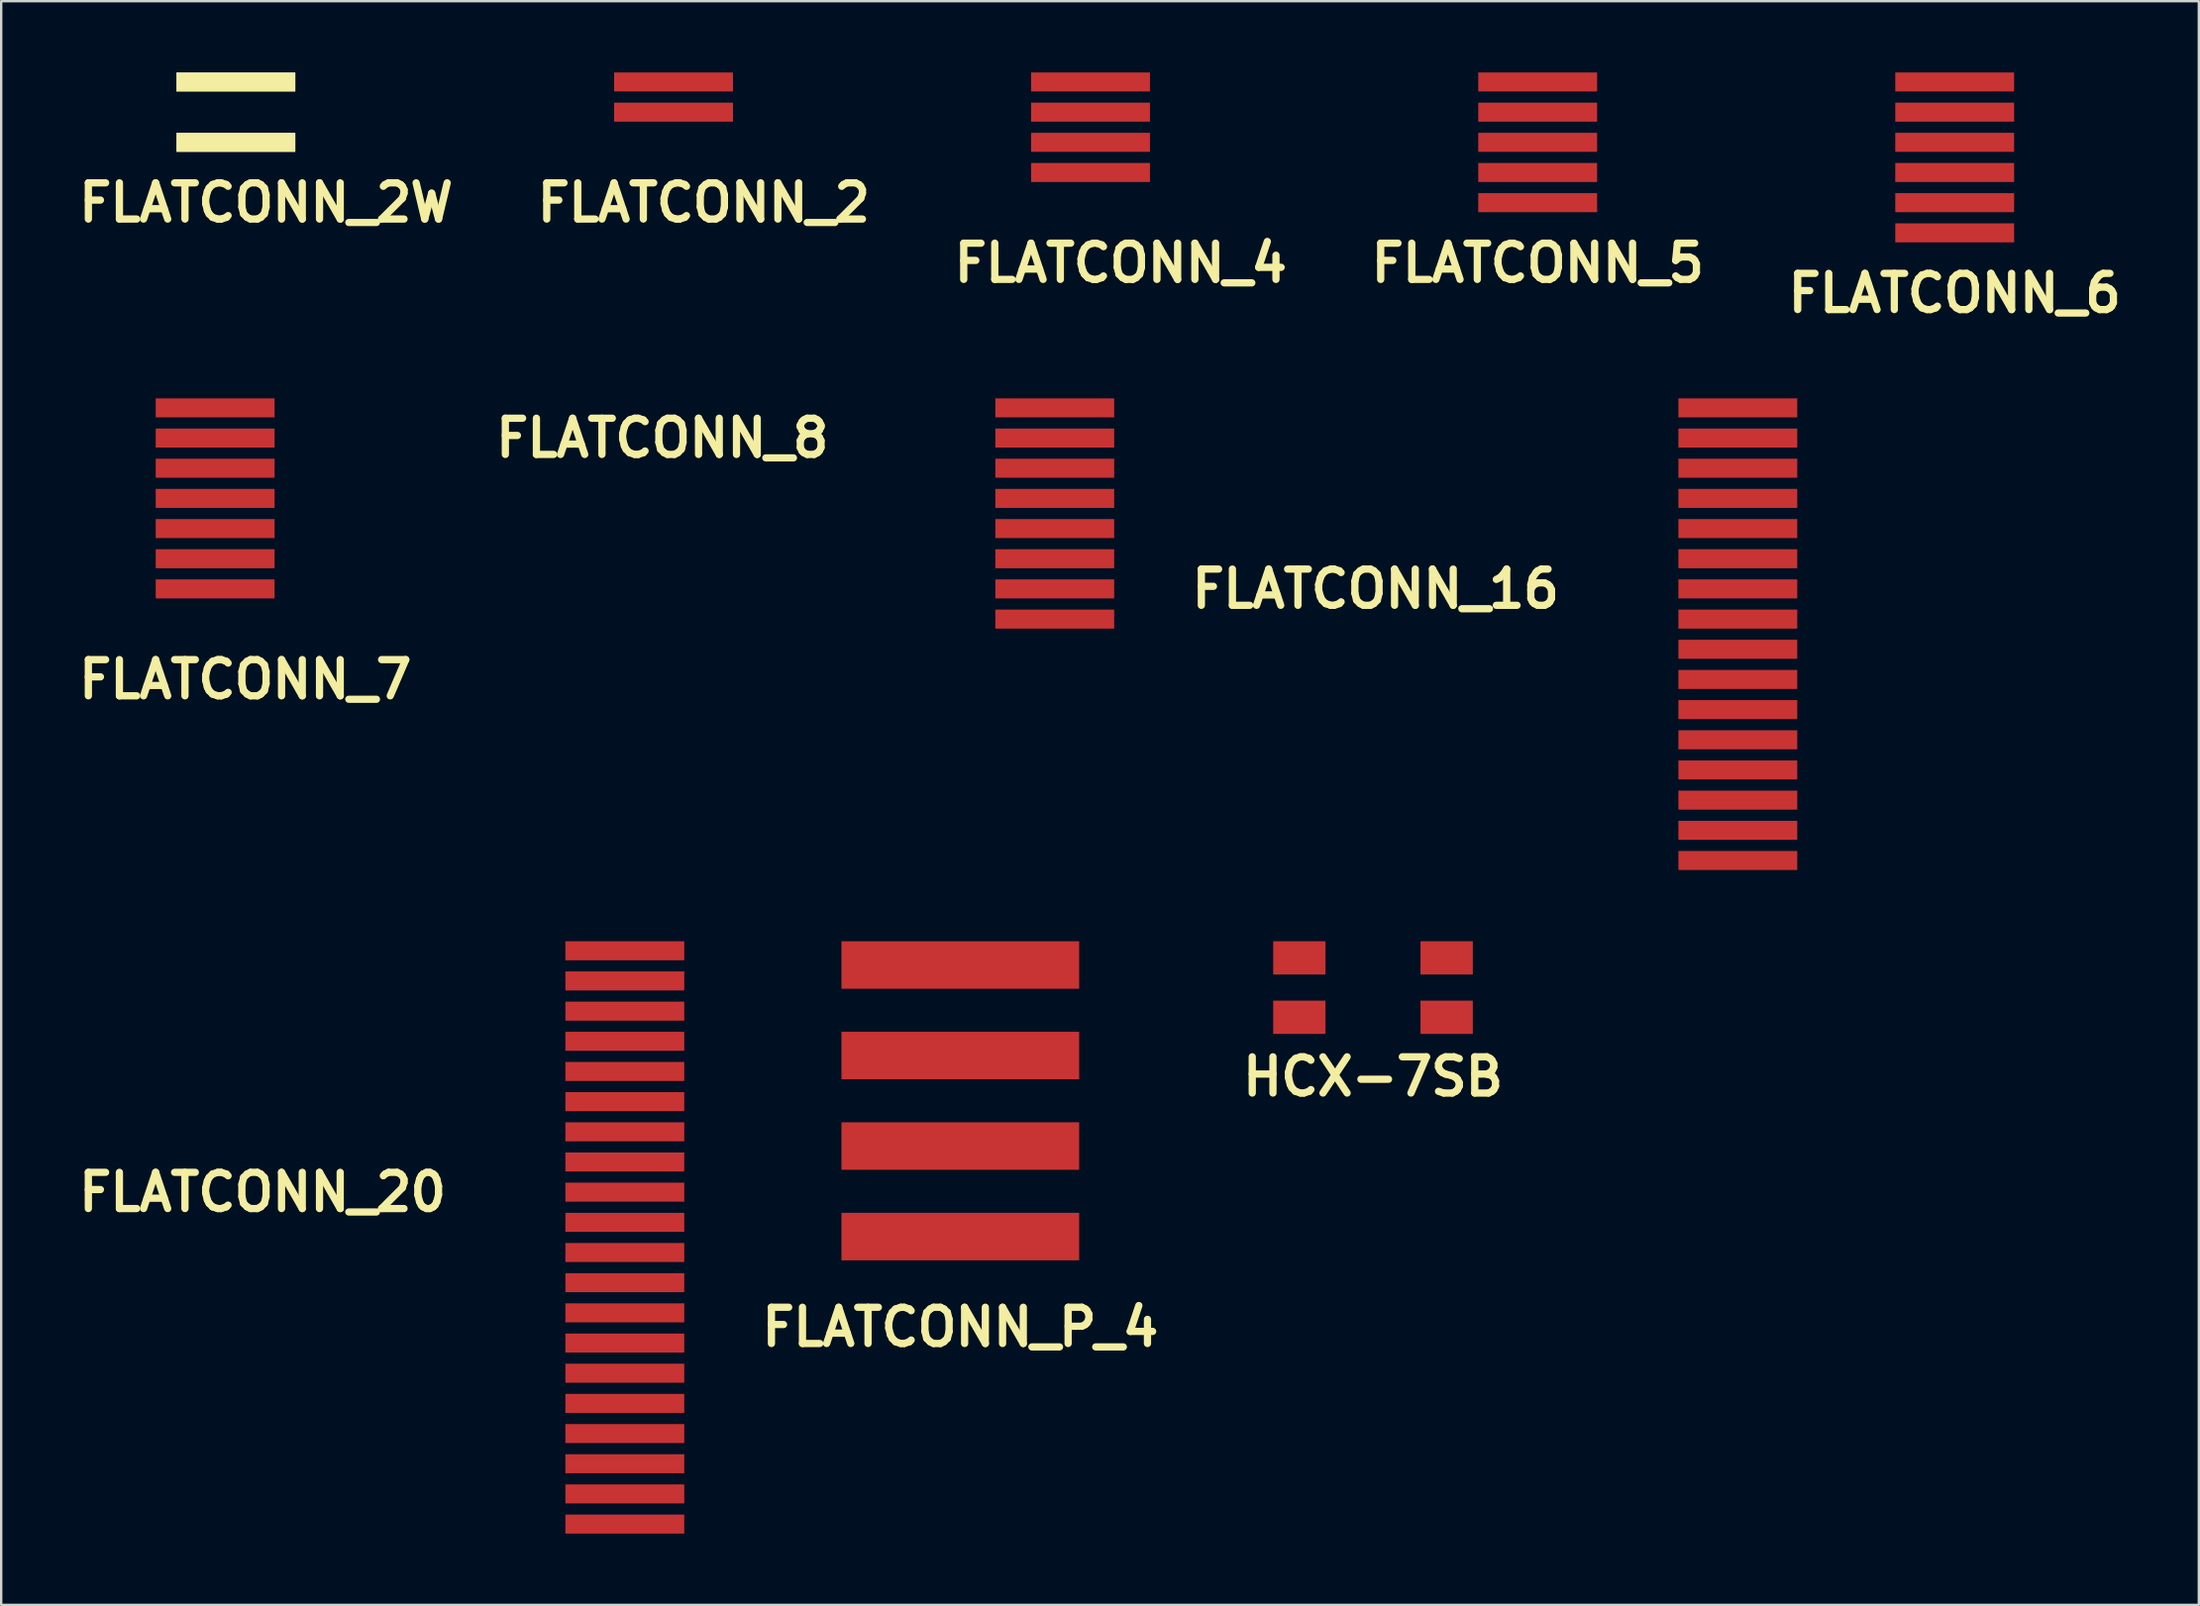
<source format=kicad_pcb>
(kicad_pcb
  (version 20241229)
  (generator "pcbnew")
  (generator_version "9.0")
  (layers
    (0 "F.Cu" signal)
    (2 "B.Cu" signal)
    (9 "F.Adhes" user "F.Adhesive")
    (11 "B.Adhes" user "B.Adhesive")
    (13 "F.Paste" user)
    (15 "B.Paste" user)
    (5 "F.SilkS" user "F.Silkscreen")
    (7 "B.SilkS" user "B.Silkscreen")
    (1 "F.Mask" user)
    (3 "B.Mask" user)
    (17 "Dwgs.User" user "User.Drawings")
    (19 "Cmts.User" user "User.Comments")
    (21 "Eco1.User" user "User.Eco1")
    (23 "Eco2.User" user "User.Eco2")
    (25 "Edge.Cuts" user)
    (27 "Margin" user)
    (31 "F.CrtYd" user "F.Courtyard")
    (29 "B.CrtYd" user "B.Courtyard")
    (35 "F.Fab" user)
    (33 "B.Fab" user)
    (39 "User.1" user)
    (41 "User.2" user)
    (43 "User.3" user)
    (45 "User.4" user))
  (footprint "FLATCONN_20"
    (layer "F.Cu")
    (at 23.237 48.397)
    (property "Reference" "FLATCONN_20" (at -15.24 -1.27 0) (layer "F.SilkS") (effects (font (size 1.524 1.524) (thickness 0.305))))
    (attr through_hole)
    (pad "1" smd rect (at 0 -11.43) (size 5.001 0.8) (layers "F.Cu" "F.Mask" "F.Paste"))
    (pad "2" smd rect (at 0 -10.16) (size 5.001 0.8) (layers "F.Cu" "F.Mask" "F.Paste"))
    (pad "3" smd rect (at 0 -8.89) (size 5.001 0.8) (layers "F.Cu" "F.Mask" "F.Paste"))
    (pad "4" smd rect (at 0 -7.62) (size 5.001 0.8) (layers "F.Cu" "F.Mask" "F.Paste"))
    (pad "5" smd rect (at 0 -6.35) (size 5.001 0.8) (layers "F.Cu" "F.Mask" "F.Paste"))
    (pad "6" smd rect (at 0 -5.08) (size 5.001 0.8) (layers "F.Cu" "F.Mask" "F.Paste"))
    (pad "7" smd rect (at 0 -3.81) (size 5.001 0.8) (layers "F.Cu" "F.Mask" "F.Paste"))
    (pad "8" smd rect (at 0 -2.54) (size 5.001 0.8) (layers "F.Cu" "F.Mask" "F.Paste"))
    (pad "9" smd rect (at 0 -1.27) (size 5.001 0.8) (layers "F.Cu" "F.Mask" "F.Paste"))
    (pad "10" smd rect (at 0 0) (size 5.001 0.8) (layers "F.Cu" "F.Mask" "F.Paste"))
    (pad "11" smd rect (at 0 1.27) (size 5.001 0.8) (layers "F.Cu" "F.Mask" "F.Paste"))
    (pad "12" smd rect (at 0 2.54) (size 5.001 0.8) (layers "F.Cu" "F.Mask" "F.Paste"))
    (pad "13" smd rect (at 0 3.81) (size 5.001 0.8) (layers "F.Cu" "F.Mask" "F.Paste"))
    (pad "14" smd rect (at 0 5.08) (size 5.001 0.8) (layers "F.Cu" "F.Mask" "F.Paste"))
    (pad "15" smd rect (at 0 6.35) (size 5.001 0.8) (layers "F.Cu" "F.Mask" "F.Paste"))
    (pad "16" smd rect (at 0 7.62) (size 5.001 0.8) (layers "F.Cu" "F.Mask" "F.Paste"))
    (pad "17" smd rect (at 0 8.89) (size 5.001 0.8) (layers "F.Cu" "F.Mask" "F.Paste"))
    (pad "18" smd rect (at 0 10.16) (size 5.001 0.8) (layers "F.Cu" "F.Mask" "F.Paste"))
    (pad "19" smd rect (at 0 11.43) (size 5.001 0.8) (layers "F.Cu" "F.Mask" "F.Paste"))
    (pad "20" smd rect (at 0 12.7) (size 5.001 0.8) (layers "F.Cu" "F.Mask" "F.Paste")))
  (footprint "HCX-7SB"
    (layer "F.Cu")
    (at 54.714 38.516)
    (property "Reference" "HCX-7SB" (at 0 3.749 0) (layer "F.SilkS") (effects (font (size 1.524 1.524) (thickness 0.305))))
    (attr through_hole)
    (pad "1" smd rect (at -3.099 1.25) (size 2.2 1.4) (layers "F.Cu" "F.Mask" "F.Paste"))
    (pad "2" smd rect (at 3.099 1.25) (size 2.2 1.4) (layers "F.Cu" "F.Mask" "F.Paste"))
    (pad "3" smd rect (at 3.099 -1.25) (size 2.2 1.4) (layers "F.Cu" "F.Mask" "F.Paste"))
    (pad "4" smd rect (at -3.099 -1.25) (size 2.2 1.4) (layers "F.Cu" "F.Mask" "F.Paste")))
  (footprint "FLATCONN_6"
    (layer "F.Cu")
    (at 79.187 4.21)
    (property "Reference" "FLATCONN_6" (at 0 5.08 0) (layer "F.SilkS") (effects (font (size 1.524 1.524) (thickness 0.305))))
    (attr through_hole)
    (pad "1" smd rect (at 0 -3.81) (size 5.001 0.8) (layers "F.Cu" "F.Mask" "F.Paste"))
    (pad "2" smd rect (at 0 -2.54) (size 5.001 0.8) (layers "F.Cu" "F.Mask" "F.Paste"))
    (pad "3" smd rect (at 0 -1.27) (size 5.001 0.8) (layers "F.Cu" "F.Mask" "F.Paste"))
    (pad "4" smd rect (at 0 0) (size 5.001 0.8) (layers "F.Cu" "F.Mask" "F.Paste"))
    (pad "5" smd rect (at 0 1.27) (size 5.001 0.8) (layers "F.Cu" "F.Mask" "F.Paste"))
    (pad "6" smd rect (at 0 2.54) (size 5.001 0.8) (layers "F.Cu" "F.Mask" "F.Paste")))
  (footprint "FLATCONN_7"
    (layer "F.Cu")
    (at 6.002 21.737)
    (property "Reference" "FLATCONN_7" (at 1.27 3.81 0) (layer "F.SilkS") (effects (font (size 1.524 1.524) (thickness 0.305))))
    (attr through_hole)
    (pad "1" smd rect (at 0 -7.62) (size 5.001 0.8) (layers "F.Cu" "F.Mask" "F.Paste"))
    (pad "2" smd rect (at 0 -6.35) (size 5.001 0.8) (layers "F.Cu" "F.Mask" "F.Paste"))
    (pad "3" smd rect (at 0 -5.08) (size 5.001 0.8) (layers "F.Cu" "F.Mask" "F.Paste"))
    (pad "4" smd rect (at 0 -3.81) (size 5.001 0.8) (layers "F.Cu" "F.Mask" "F.Paste"))
    (pad "5" smd rect (at 0 -2.54) (size 5.001 0.8) (layers "F.Cu" "F.Mask" "F.Paste"))
    (pad "6" smd rect (at 0 -1.27) (size 5.001 0.8) (layers "F.Cu" "F.Mask" "F.Paste"))
    (pad "7" smd rect (at 0 0) (size 5.001 0.8) (layers "F.Cu" "F.Mask" "F.Paste")))
  (footprint "FLATCONN_2W"
    (layer "F.Cu")
    (at 6.873 1.67)
    (property "Reference" "FLATCONN_2W" (at 1.27 3.81 0) (layer "F.SilkS") (effects (font (size 1.524 1.524) (thickness 0.305))))
    (attr through_hole)
    (pad "1" thru_hole rect (at 0 -1.27) (size 5.001 0.8) (drill 0.000001) (layers "*.Cu" "*.Mask" "F.SilkS"))
    (pad "2" thru_hole rect (at 0 1.27) (size 5.001 0.8) (drill 0.000001) (layers "*.Cu" "*.Mask" "F.SilkS")))
  (footprint "FLATCONN_5"
    (layer "F.Cu")
    (at 61.643 4.21)
    (property "Reference" "FLATCONN_5" (at 0 3.81 0) (layer "F.SilkS") (effects (font (size 1.524 1.524) (thickness 0.305))))
    (attr through_hole)
    (pad "1" smd rect (at 0 -3.81) (size 5.001 0.8) (layers "F.Cu" "F.Mask" "F.Paste"))
    (pad "2" smd rect (at 0 -2.54) (size 5.001 0.8) (layers "F.Cu" "F.Mask" "F.Paste"))
    (pad "3" smd rect (at 0 -1.27) (size 5.001 0.8) (layers "F.Cu" "F.Mask" "F.Paste"))
    (pad "4" smd rect (at 0 0) (size 5.001 0.8) (layers "F.Cu" "F.Mask" "F.Paste"))
    (pad "5" smd rect (at 0 1.27) (size 5.001 0.8) (layers "F.Cu" "F.Mask" "F.Paste")))
  (footprint "FLATCONN_16"
    (layer "F.Cu")
    (at 70.063 23.007)
    (property "Reference" "FLATCONN_16" (at -15.24 -1.27 0) (layer "F.SilkS") (effects (font (size 1.524 1.524) (thickness 0.305))))
    (attr through_hole)
    (pad "1" smd rect (at 0 -8.89) (size 5.001 0.8) (layers "F.Cu" "F.Mask" "F.Paste"))
    (pad "2" smd rect (at 0 -7.62) (size 5.001 0.8) (layers "F.Cu" "F.Mask" "F.Paste"))
    (pad "3" smd rect (at 0 -6.35) (size 5.001 0.8) (layers "F.Cu" "F.Mask" "F.Paste"))
    (pad "4" smd rect (at 0 -5.08) (size 5.001 0.8) (layers "F.Cu" "F.Mask" "F.Paste"))
    (pad "5" smd rect (at 0 -3.81) (size 5.001 0.8) (layers "F.Cu" "F.Mask" "F.Paste"))
    (pad "6" smd rect (at 0 -2.54) (size 5.001 0.8) (layers "F.Cu" "F.Mask" "F.Paste"))
    (pad "7" smd rect (at 0 -1.27) (size 5.001 0.8) (layers "F.Cu" "F.Mask" "F.Paste"))
    (pad "8" smd rect (at 0 0) (size 5.001 0.8) (layers "F.Cu" "F.Mask" "F.Paste"))
    (pad "9" smd rect (at 0 1.27) (size 5.001 0.8) (layers "F.Cu" "F.Mask" "F.Paste"))
    (pad "10" smd rect (at 0 2.54) (size 5.001 0.8) (layers "F.Cu" "F.Mask" "F.Paste"))
    (pad "11" smd rect (at 0 3.81) (size 5.001 0.8) (layers "F.Cu" "F.Mask" "F.Paste"))
    (pad "12" smd rect (at 0 5.08) (size 5.001 0.8) (layers "F.Cu" "F.Mask" "F.Paste"))
    (pad "13" smd rect (at 0 6.35) (size 5.001 0.8) (layers "F.Cu" "F.Mask" "F.Paste"))
    (pad "14" smd rect (at 0 7.62) (size 5.001 0.8) (layers "F.Cu" "F.Mask" "F.Paste"))
    (pad "15" smd rect (at 0 8.89) (size 5.001 0.8) (layers "F.Cu" "F.Mask" "F.Paste"))
    (pad "16" smd rect (at 0 10.16) (size 5.001 0.8) (layers "F.Cu" "F.Mask" "F.Paste")))
  (footprint "FLATCONN_2"
    (layer "F.Cu")
    (at 25.287 1.67)
    (property "Reference" "FLATCONN_2" (at 1.27 3.81 0) (layer "F.SilkS") (effects (font (size 1.524 1.524) (thickness 0.305))))
    (attr through_hole)
    (pad "1" smd rect (at 0 -1.27) (size 5.001 0.8) (layers "F.Cu" "F.Mask" "F.Paste"))
    (pad "2" smd rect (at 0 0) (size 5.001 0.8) (layers "F.Cu" "F.Mask" "F.Paste")))
  (footprint "FLATCONN_4"
    (layer "F.Cu")
    (at 42.83 4.21)
    (property "Reference" "FLATCONN_4" (at 1.27 3.81 0) (layer "F.SilkS") (effects (font (size 1.524 1.524) (thickness 0.305))))
    (attr through_hole)
    (pad "1" smd rect (at 0 -3.81) (size 5.001 0.8) (layers "F.Cu" "F.Mask" "F.Paste"))
    (pad "2" smd rect (at 0 -2.54) (size 5.001 0.8) (layers "F.Cu" "F.Mask" "F.Paste"))
    (pad "3" smd rect (at 0 -1.27) (size 5.001 0.8) (layers "F.Cu" "F.Mask" "F.Paste"))
    (pad "4" smd rect (at 0 0) (size 5.001 0.8) (layers "F.Cu" "F.Mask" "F.Paste")))
  (footprint "FLATCONN_8"
    (layer "F.Cu")
    (at 41.325 23.007)
    (property "Reference" "FLATCONN_8" (at -16.51 -7.62 0) (layer "F.SilkS") (effects (font (size 1.524 1.524) (thickness 0.305))))
    (attr through_hole)
    (pad "1" smd rect (at 0 -8.89) (size 5.001 0.8) (layers "F.Cu" "F.Mask" "F.Paste"))
    (pad "2" smd rect (at 0 -7.62) (size 5.001 0.8) (layers "F.Cu" "F.Mask" "F.Paste"))
    (pad "3" smd rect (at 0 -6.35) (size 5.001 0.8) (layers "F.Cu" "F.Mask" "F.Paste"))
    (pad "4" smd rect (at 0 -5.08) (size 5.001 0.8) (layers "F.Cu" "F.Mask" "F.Paste"))
    (pad "5" smd rect (at 0 -3.81) (size 5.001 0.8) (layers "F.Cu" "F.Mask" "F.Paste"))
    (pad "6" smd rect (at 0 -2.54) (size 5.001 0.8) (layers "F.Cu" "F.Mask" "F.Paste"))
    (pad "7" smd rect (at 0 -1.27) (size 5.001 0.8) (layers "F.Cu" "F.Mask" "F.Paste"))
    (pad "8" smd rect (at 0 0) (size 5.001 0.8) (layers "F.Cu" "F.Mask" "F.Paste")))
  (footprint "FLATCONN_P_4"
    (layer "F.Cu")
    (at 37.352 51.536)
    (property "Reference" "FLATCONN_P_4" (at 0 1.27 0) (layer "F.SilkS") (effects (font (size 1.524 1.524) (thickness 0.305))))
    (attr through_hole)
    (pad "1" smd rect (at 0 -13.97) (size 10 1.999) (layers "F.Cu" "F.Mask" "F.Paste"))
    (pad "2" smd rect (at 0 -10.16) (size 10 1.999) (layers "F.Cu" "F.Mask" "F.Paste"))
    (pad "3" smd rect (at 0 -6.35) (size 10 1.999) (layers "F.Cu" "F.Mask" "F.Paste"))
    (pad "4" smd rect (at 0 -2.54) (size 10 1.999) (layers "F.Cu" "F.Mask" "F.Paste")))
  (gr_rect
    (start -3 -3)
    (end 89.458 64.497)
    (stroke (width 0.1) (type default))
    (fill no)
    (layer "Edge.Cuts")))
</source>
